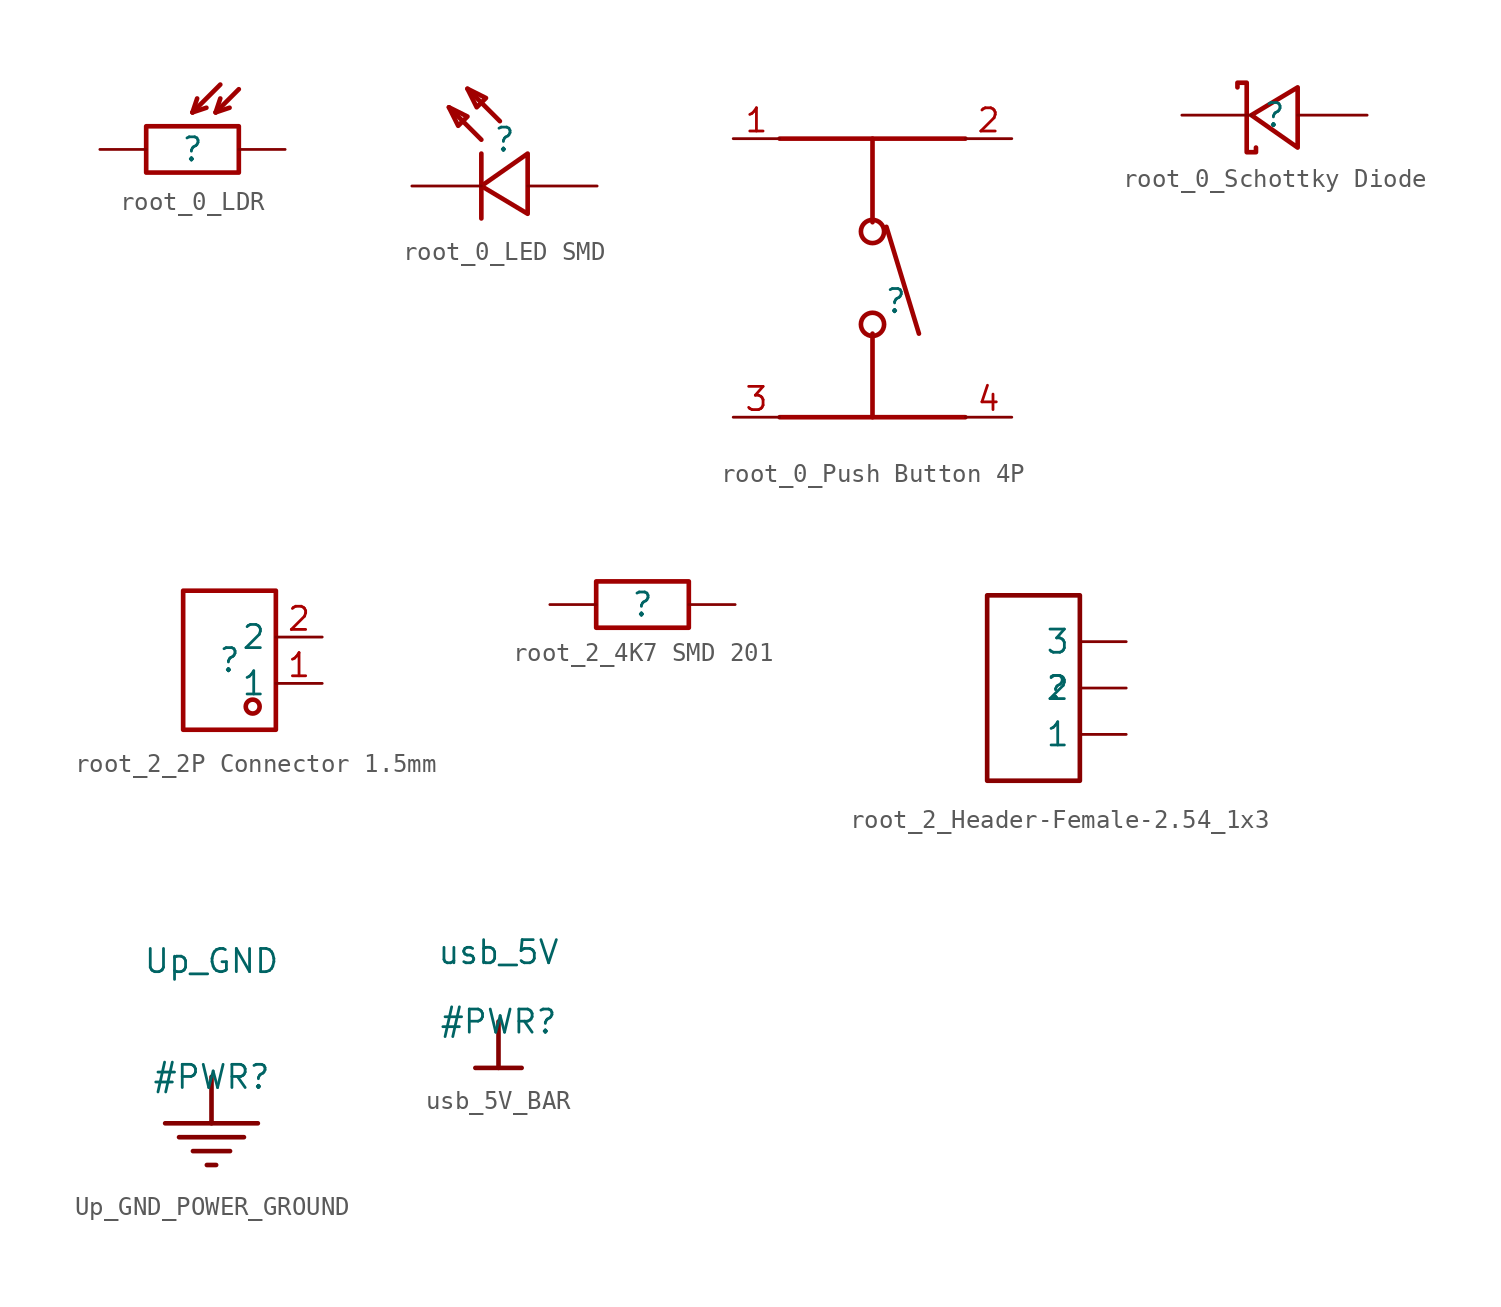
<source format=kicad_sym>
(kicad_symbol_lib
  (version 20231120)
  (generator "kicad_symbol_editor")
  (generator_version "8.0")
  (symbol "root_0_LDR"
    (property "Reference" ""
      (at 0 0 0)
      (effects (font (size 1.27 1.27))))
    (property "Value" ""
      (at 0 0 0)
      (effects (font (size 1.27 1.27))))
    (symbol "root_0_LDR_1_0"
      (rectangle (start -2.54 1.27) (end 2.54 -1.27) (stroke (width 0.254) (type solid) (color 160 0 0 1)) (fill (type none)))
      (polyline (pts (xy 0 2.032) (xy 0.254 2.794)) (stroke (width 0.254) (type solid) (color 160 0 0 1)) (fill (type none)))
      (polyline (pts (xy 0 2.032) (xy 0.762 2.286)) (stroke (width 0.254) (type solid) (color 160 0 0 1)) (fill (type none)))
      (polyline (pts (xy 0 2.032) (xy 1.524 3.556)) (stroke (width 0.254) (type solid) (color 160 0 0 1)) (fill (type none)))
      (polyline (pts (xy 1.27 2.032) (xy 1.524 2.794)) (stroke (width 0.254) (type solid) (color 160 0 0 1)) (fill (type none)))
      (polyline (pts (xy 1.27 2.032) (xy 2.032 2.286)) (stroke (width 0.254) (type solid) (color 160 0 0 1)) (fill (type none)))
      (polyline (pts (xy 1.27 2.032) (xy 2.54 3.302)) (stroke (width 0.254) (type solid) (color 160 0 0 1)) (fill (type none)))
      (pin passive line (at -5.08 0 0) (length 2.54) (name "1" (effects (font (size 0 0)))) (number "1" (effects (font (size 0 0)))))
      (pin passive line (at 5.08 0 180) (length 2.54) (name "2" (effects (font (size 0 0)))) (number "2" (effects (font (size 0 0)))))))
  (symbol "root_0_LED SMD"
    (property "Reference" ""
      (at 0 0 0)
      (effects (font (size 1.27 1.27))))
    (property "Value" ""
      (at 0 0 0)
      (effects (font (size 1.27 1.27))))
    (symbol "root_0_LED SMD_1_0"
      (polyline (pts (xy -1.27 -4.318) (xy -1.27 -0.762)) (stroke (width 0.254) (type solid) (color 160 0 0 1)) (fill (type none)))
      (polyline (pts (xy -1.27 0) (xy -3.048 1.778)) (stroke (width 0.254) (type solid) (color 160 0 0 1)) (fill (type none)))
      (polyline (pts (xy -0.254 1.016) (xy -2.032 2.794)) (stroke (width 0.254) (type solid) (color 160 0 0 1)) (fill (type none)))
      (polyline (pts (xy -3.048 1.778) (xy -2.032 1.27) (xy -2.032 1.27) (xy -2.54 0.762) (xy -2.54 0.762) (xy -3.048 1.778)) (stroke (width 0.254) (type solid) (color 160 0 0 1)) (fill (type none)))
      (polyline (pts (xy -2.032 2.794) (xy -1.016 2.286) (xy -1.016 2.286) (xy -1.524 1.778) (xy -1.524 1.778) (xy -2.032 2.794)) (stroke (width 0.254) (type solid) (color 160 0 0 1)) (fill (type none)))
      (polyline (pts (xy 1.27 -4.064) (xy -1.27 -2.54) (xy -1.27 -2.54) (xy 1.27 -0.762) (xy 1.27 -0.762) (xy 1.27 -4.064)) (stroke (width 0.254) (type solid) (color 160 0 0 1)) (fill (type none)))
      (pin passive line (at -5.08 -2.54 0) (length 3.81) (name "C" (effects (font (size 0 0)))) (number "1" (effects (font (size 0 0)))))
      (pin passive line (at 5.08 -2.54 180) (length 3.81) (name "A" (effects (font (size 0 0)))) (number "2" (effects (font (size 0 0)))))))
  (symbol "root_0_Push Button 4P"
    (property "Reference" ""
      (at 0 0 0)
      (effects (font (size 1.27 1.27))))
    (property "Value" ""
      (at 0 0 0)
      (effects (font (size 1.27 1.27))))
    (symbol "root_0_Push Button 4P_1_0"
      (circle (center -1.27 -1.27) (radius 0.635) (stroke (width 0.254) (type solid) (color 160 0 0 1)) (fill (type none)))
      (circle (center -1.27 3.81) (radius 0.635) (stroke (width 0.254) (type solid) (color 160 0 0 1)) (fill (type none)))
      (polyline (pts (xy -1.27 -1.778) (xy -1.27 -6.35)) (stroke (width 0.254) (type solid) (color 160 0 0 1)) (fill (type none)))
      (polyline (pts (xy -1.27 4.318) (xy -1.27 8.89)) (stroke (width 0.254) (type solid) (color 160 0 0 1)) (fill (type none)))
      (polyline (pts (xy -0.508 4.064) (xy 1.27 -1.778)) (stroke (width 0.254) (type solid) (color 160 0 0 1)) (fill (type none)))
      (polyline (pts (xy 3.81 -6.35) (xy -6.35 -6.35)) (stroke (width 0.254) (type solid) (color 160 0 0 1)) (fill (type none)))
      (polyline (pts (xy 3.81 8.89) (xy -6.35 8.89)) (stroke (width 0.254) (type solid) (color 160 0 0 1)) (fill (type none)))
      (pin passive line (at -8.89 8.89 0) (length 2.54) (name "1" (effects (font (size 0 0)))) (number "1" (effects (font (size 1.27 1.27)))))
      (pin passive line (at 6.35 8.89 180) (length 2.54) (name "2" (effects (font (size 0 0)))) (number "2" (effects (font (size 1.27 1.27)))))
      (pin passive line (at -8.89 -6.35 0) (length 2.54) (name "3" (effects (font (size 0 0)))) (number "3" (effects (font (size 1.27 1.27)))))
      (pin passive line (at 6.35 -6.35 180) (length 2.54) (name "4" (effects (font (size 0 0)))) (number "4" (effects (font (size 1.27 1.27)))))))
  (symbol "root_0_Schottky Diode"
    (property "Reference" ""
      (at 0 0 0)
      (effects (font (size 1.27 1.27))))
    (property "Value" ""
      (at 0 0 0)
      (effects (font (size 1.27 1.27))))
    (symbol "root_0_Schottky Diode_1_0"
      (polyline (pts (xy 1.27 1.524) (xy -1.27 0) (xy -1.27 0) (xy 1.27 -1.778) (xy 1.27 -1.778) (xy 1.27 1.524)) (stroke (width 0.254) (type solid) (color 160 0 0 1)) (fill (type none)))
      (polyline (pts (xy -2.032 1.524) (xy -2.032 1.778) (xy -2.032 1.778) (xy -1.524 1.778) (xy -1.524 1.778) (xy -1.524 -2.032) (xy -1.524 -2.032) (xy -1.016 -2.032) (xy -1.016 -2.032) (xy -1.016 -1.778)) (stroke (width 0.254) (type solid) (color 160 0 0 1)) (fill (type none)))
      (pin passive line (at -5.08 0 0) (length 3.81) (name "K" (effects (font (size 0 0)))) (number "1" (effects (font (size 0 0)))))
      (pin passive line (at 5.08 0 180) (length 3.81) (name "A" (effects (font (size 0 0)))) (number "2" (effects (font (size 0 0)))))))
  (symbol "root_2_2P Connector 1.5mm"
    (property "Reference" ""
      (at 0 0 0)
      (effects (font (size 1.27 1.27))))
    (property "Value" ""
      (at 0 0 0)
      (effects (font (size 1.27 1.27))))
    (symbol "root_2_2P Connector 1.5mm_1_0"
      (rectangle (start -2.54 3.81) (end 2.54 -3.81) (stroke (width 0.254) (type solid) (color 160 0 0 1)) (fill (type none)))
      (circle (center 1.27 -2.54) (radius 0.381) (stroke (width 0.254) (type solid) (color 160 0 0 1)) (fill (type none)))
      (pin passive line (at 5.08 -1.27 180) (length 2.54) (name "1" (effects (font (size 1.27 1.27)))) (number "1" (effects (font (size 1.27 1.27)))))
      (pin passive line (at 5.08 1.27 180) (length 2.54) (name "2" (effects (font (size 1.27 1.27)))) (number "2" (effects (font (size 1.27 1.27)))))))
  (symbol "root_2_4K7 SMD 201"
    (property "Reference" ""
      (at 0 0 0)
      (effects (font (size 1.27 1.27))))
    (property "Value" ""
      (at 0 0 0)
      (effects (font (size 1.27 1.27))))
    (symbol "root_2_4K7 SMD 201_1_0"
      (rectangle (start -2.54 1.27) (end 2.54 -1.27) (stroke (width 0.254) (type solid) (color 160 0 0 1)) (fill (type none)))
      (pin passive line (at 5.08 0 180) (length 2.54) (name "1" (effects (font (size 0 0)))) (number "1" (effects (font (size 0 0)))))
      (pin passive line (at -5.08 0 0) (length 2.54) (name "2" (effects (font (size 0 0)))) (number "2" (effects (font (size 0 0)))))))
  (symbol "root_2_Header-Female-2.54_1x3"
    (property "Reference" ""
      (at 0 0 0)
      (effects (font (size 1.27 1.27))))
    (property "Value" ""
      (at 0 0 0)
      (effects (font (size 1.27 1.27))))
    (symbol "root_2_Header-Female-2.54_1x3_1_0"
      (rectangle (start -3.81 5.08) (end 1.27 -5.08) (stroke (width 0.254) (type solid) (color 136 0 0 1)) (fill (type none)))
      (pin passive line (at 3.81 -2.54 180) (length 2.54) (name "1" (effects (font (size 1.27 1.27)))) (number "1" (effects (font (size 0 0)))))
      (pin passive line (at 3.81 0 180) (length 2.54) (name "2" (effects (font (size 1.27 1.27)))) (number "2" (effects (font (size 0 0)))))
      (pin passive line (at 3.81 2.54 180) (length 2.54) (name "3" (effects (font (size 1.27 1.27)))) (number "3" (effects (font (size 0 0)))))))
  (symbol "Up_GND_POWER_GROUND"
    (power)
    (property "Reference" "#PWR"
      (at 0 0 0)
      (effects (font (size 1.27 1.27))))
    (property "Value" "Up_GND"
      (at 0 6.35 0)
      (effects (font (size 1.27 1.27))))
    (symbol "Up_GND_POWER_GROUND_0_0"
      (polyline (pts (xy -2.54 -2.54) (xy 2.54 -2.54)) (stroke (width 0.254) (type solid)) (fill (type none)))
      (polyline (pts (xy -1.778 -3.302) (xy 1.778 -3.302)) (stroke (width 0.254) (type solid)) (fill (type none)))
      (polyline (pts (xy -1.016 -4.064) (xy 1.016 -4.064)) (stroke (width 0.254) (type solid)) (fill (type none)))
      (polyline (pts (xy -0.254 -4.826) (xy 0.254 -4.826)) (stroke (width 0.254) (type solid)) (fill (type none)))
      (polyline (pts (xy 0 0) (xy 0 -2.54)) (stroke (width 0.254) (type solid)) (fill (type none)))
      (pin power_in line (at 0 0 0) (length 0) hide (name "Up_GND" (effects (font (size 1.27 1.27)))) (number "" (effects (font (size 1.27 1.27)))))))
  (symbol "usb_5V_BAR"
    (power)
    (property "Reference" "#PWR"
      (at 0 0 0)
      (effects (font (size 1.27 1.27))))
    (property "Value" "usb_5V"
      (at 0 3.81 0)
      (effects (font (size 1.27 1.27))))
    (symbol "usb_5V_BAR_0_0"
      (polyline (pts (xy -1.27 -2.54) (xy 1.27 -2.54)) (stroke (width 0.254) (type solid)) (fill (type none)))
      (polyline (pts (xy 0 0) (xy 0 -2.54)) (stroke (width 0.254) (type solid)) (fill (type none)))
      (pin power_in line (at 0 0 0) (length 0) hide (name "usb_5V" (effects (font (size 1.27 1.27)))) (number "" (effects (font (size 1.27 1.27))))))))
</source>
